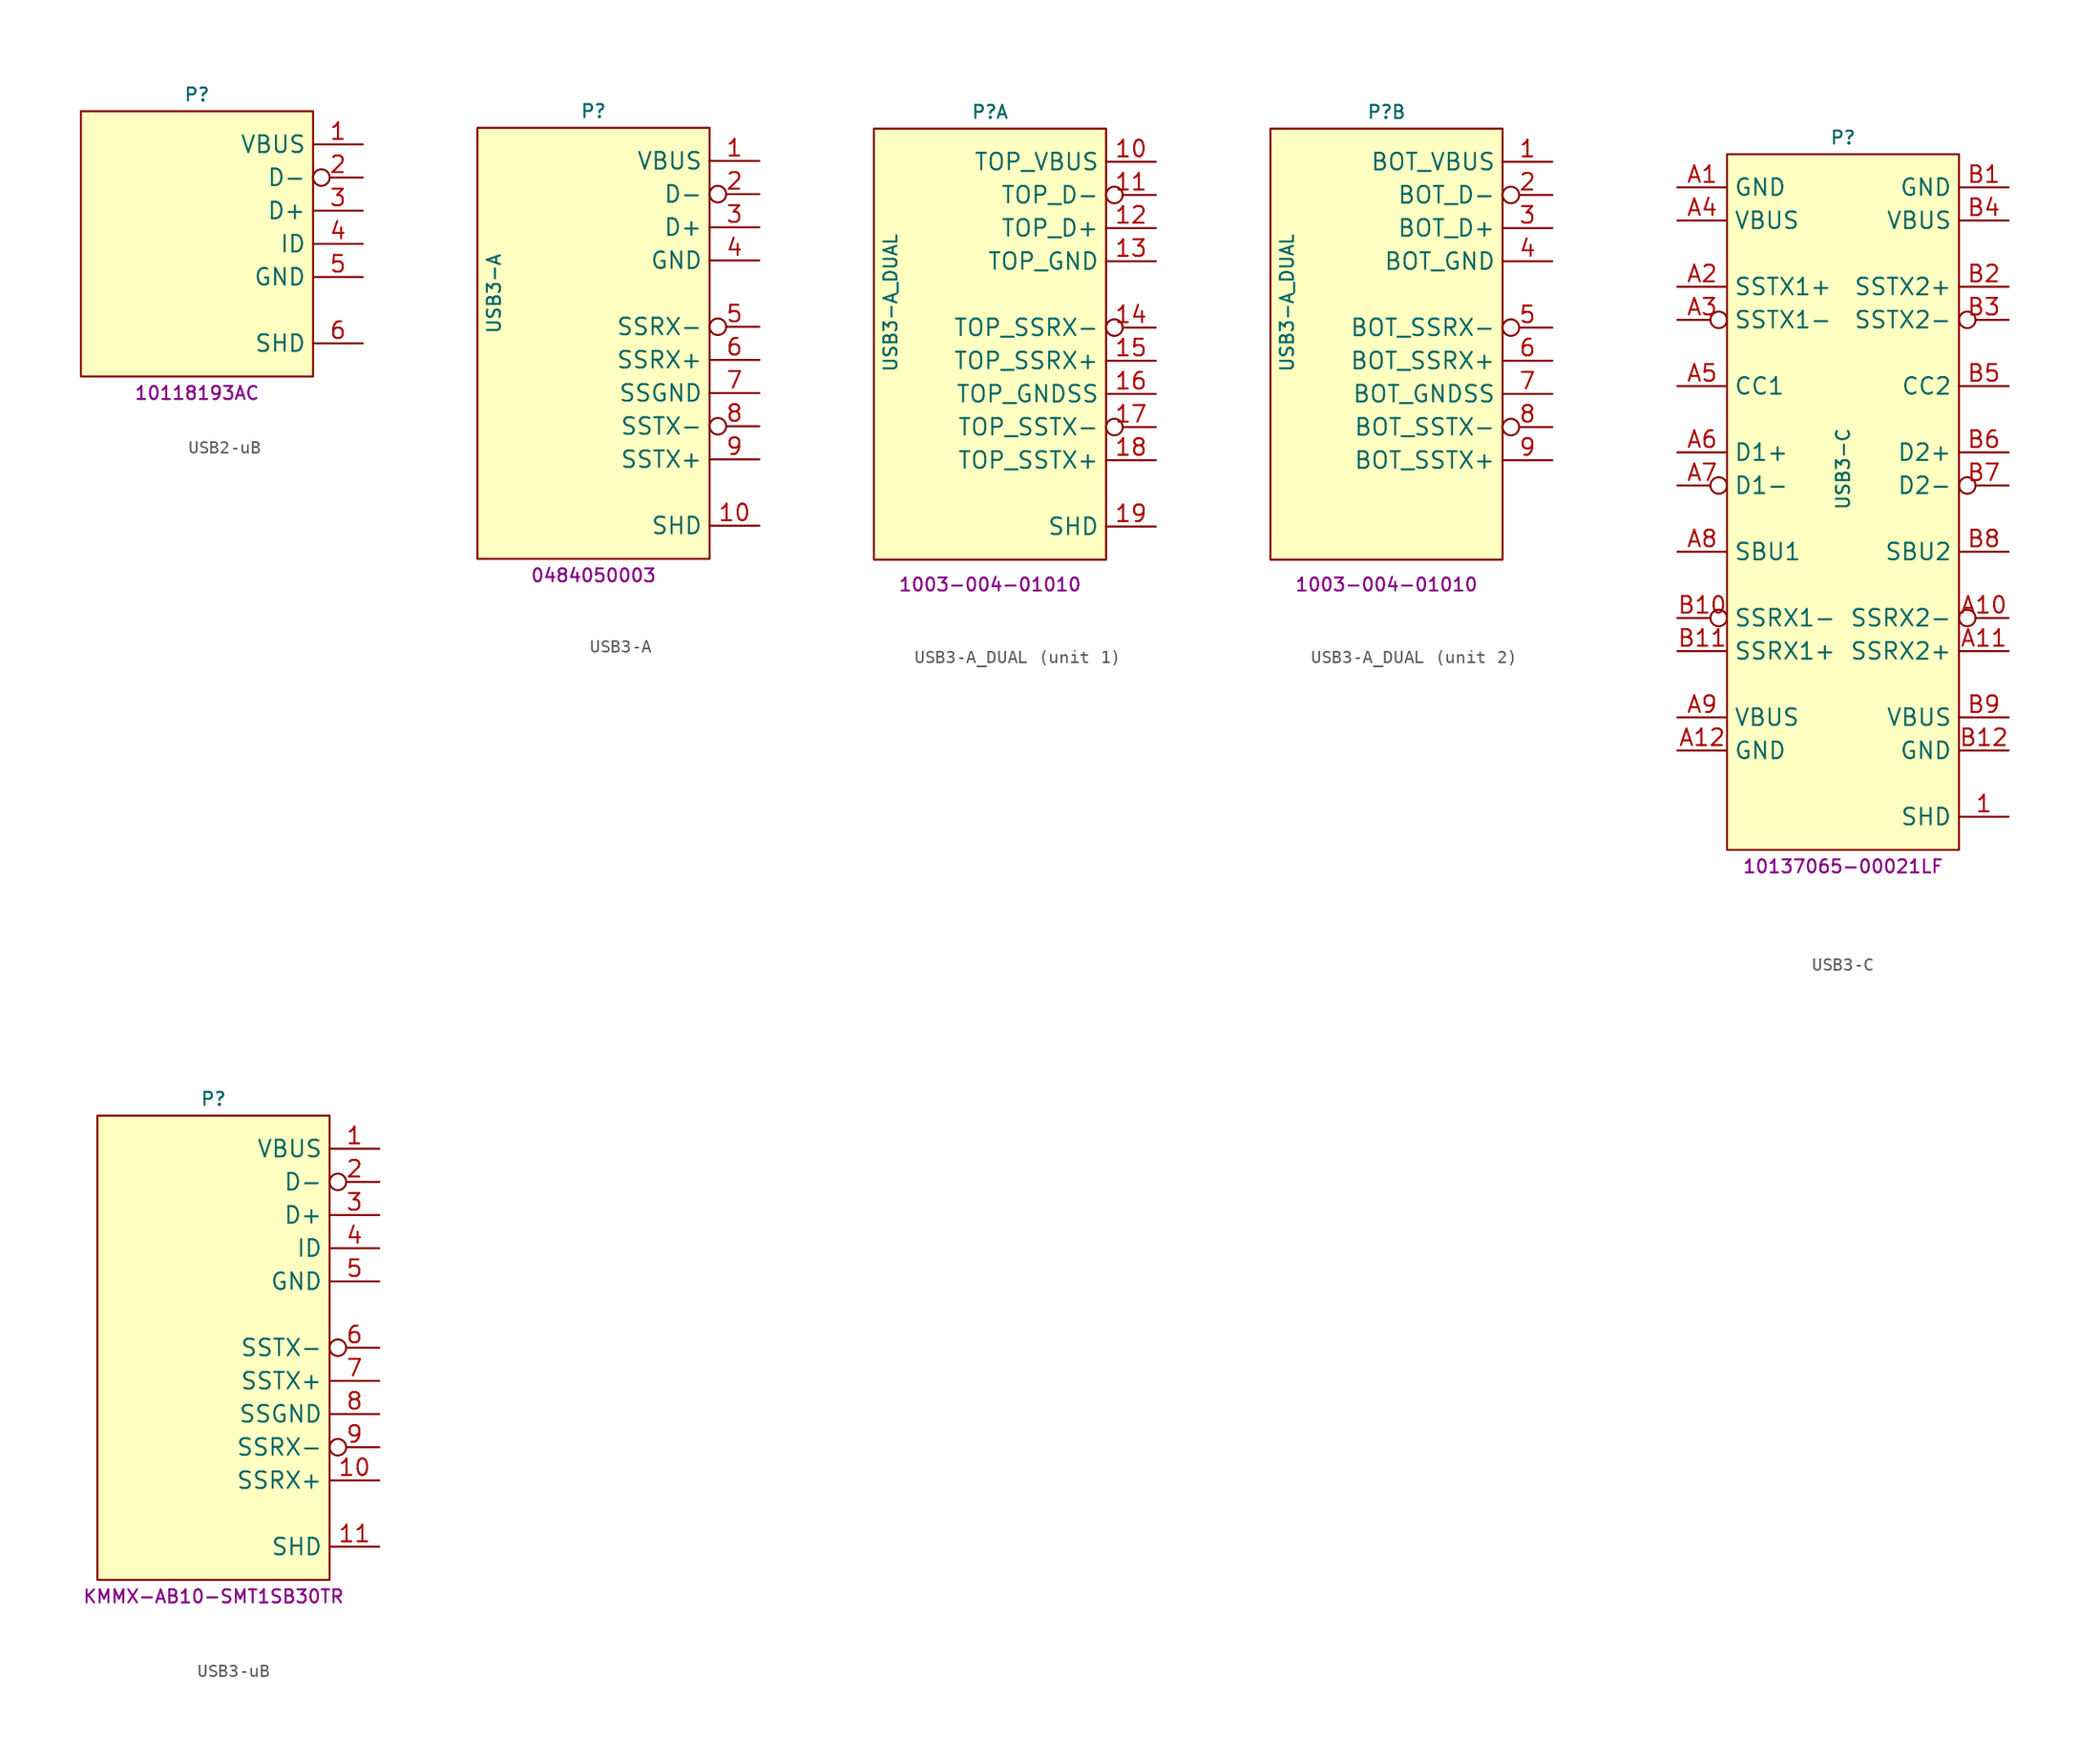
<source format=kicad_sym>
(kicad_symbol_lib
  (version 20231120)
  (generator "kicad_symbol_editor")
  (generator_version "8.0")
  (symbol "USB2-uB"
    (property "Reference" "P"
      (at 0 11.43 0)
      (do_not_autoplace)
      (effects (font (size 1 1))))
    (property "MPN" "10118193AC"
      (at 0 -11.43 0)
      (do_not_autoplace)
      (effects (font (size 1 1))))
    (symbol "USB2-uB_0_1"
      (rectangle (start -8.89 10.16) (end 8.89 -10.16) (stroke (width 0) (type default)) (fill (type background))))
    (symbol "USB2-uB_1_1"
      (pin power_out line (at 12.7 7.62 180) (length 3.81) (name "VBUS" (effects (font (size 1.27 1.27)))) (number "1" (effects (font (size 1.27 1.27)))))
      (pin bidirectional inverted (at 12.7 5.08 180) (length 3.81) (name "D-" (effects (font (size 1.27 1.27)))) (number "2" (effects (font (size 1.27 1.27)))))
      (pin bidirectional line (at 12.7 2.54 180) (length 3.81) (name "D+" (effects (font (size 1.27 1.27)))) (number "3" (effects (font (size 1.27 1.27)))))
      (pin bidirectional line (at 12.7 0 180) (length 3.81) (name "ID" (effects (font (size 1.27 1.27)))) (number "4" (effects (font (size 1.27 1.27)))))
      (pin power_out line (at 12.7 -2.54 180) (length 3.81) (name "GND" (effects (font (size 1.27 1.27)))) (number "5" (effects (font (size 1.27 1.27)))))
      (pin passive line (at 12.7 -7.62 180) (length 3.81) (name "SHD" (effects (font (size 1.27 1.27)))) (number "6" (effects (font (size 1.27 1.27)))))))
  (symbol "USB3-A"
    (property "Reference" "P"
      (at 0 13.97 0)
      (do_not_autoplace)
      (effects (font (size 1 1))))
    (property "Value" "USB3-A"
      (at -7.62 0 90)
      (do_not_autoplace)
      (effects (font (size 1 1))))
    (property "MPN" "0484050003"
      (at 0 -21.59 0)
      (do_not_autoplace)
      (effects (font (size 1 1))))
    (symbol "USB3-A_0_1"
      (rectangle (start -8.89 12.7) (end 8.89 -20.32) (stroke (width 0) (type default)) (fill (type background))))
    (symbol "USB3-A_1_1"
      (pin power_in line (at 12.7 10.16 180) (length 3.81) (name "VBUS" (effects (font (size 1.27 1.27)))) (number "1" (effects (font (size 1.27 1.27)))))
      (pin passive line (at 12.7 -17.78 180) (length 3.81) (name "SHD" (effects (font (size 1.27 1.27)))) (number "10" (effects (font (size 1.27 1.27)))))
      (pin bidirectional inverted (at 12.7 7.62 180) (length 3.81) (name "D-" (effects (font (size 1.27 1.27)))) (number "2" (effects (font (size 1.27 1.27)))))
      (pin bidirectional line (at 12.7 5.08 180) (length 3.81) (name "D+" (effects (font (size 1.27 1.27)))) (number "3" (effects (font (size 1.27 1.27)))))
      (pin power_in line (at 12.7 2.54 180) (length 3.81) (name "GND" (effects (font (size 1.27 1.27)))) (number "4" (effects (font (size 1.27 1.27)))))
      (pin output inverted (at 12.7 -2.54 180) (length 3.81) (name "SSRX-" (effects (font (size 1.27 1.27)))) (number "5" (effects (font (size 1.27 1.27)))))
      (pin output line (at 12.7 -5.08 180) (length 3.81) (name "SSRX+" (effects (font (size 1.27 1.27)))) (number "6" (effects (font (size 1.27 1.27)))))
      (pin power_in line (at 12.7 -7.62 180) (length 3.81) (name "SSGND" (effects (font (size 1.27 1.27)))) (number "7" (effects (font (size 1.27 1.27)))))
      (pin input inverted (at 12.7 -10.16 180) (length 3.81) (name "SSTX-" (effects (font (size 1.27 1.27)))) (number "8" (effects (font (size 1.27 1.27)))))
      (pin input line (at 12.7 -12.7 180) (length 3.81) (name "SSTX+" (effects (font (size 1.27 1.27)))) (number "9" (effects (font (size 1.27 1.27)))))))
  (symbol "USB3-A_DUAL"
    (property "Reference" "P"
      (at 0 13.97 0)
      (do_not_autoplace)
      (effects (font (size 1 1))))
    (property "Value" "USB3-A_DUAL"
      (at -7.62 -0.635 90)
      (do_not_autoplace)
      (effects (font (size 1 1))))
    (property "MPN" "1003-004-01010"
      (at 0 -22.225 0)
      (do_not_autoplace)
      (effects (font (size 1 1))))
    (symbol "USB3-A_DUAL_0_1"
      (rectangle (start -8.89 12.7) (end 8.89 -20.32) (stroke (width 0) (type default)) (fill (type background))))
    (symbol "USB3-A_DUAL_1_1"
      (pin power_in line (at 12.7 10.16 180) (length 3.81) (name "TOP_VBUS" (effects (font (size 1.27 1.27)))) (number "10" (effects (font (size 1.27 1.27)))))
      (pin bidirectional inverted (at 12.7 7.62 180) (length 3.81) (name "TOP_D-" (effects (font (size 1.27 1.27)))) (number "11" (effects (font (size 1.27 1.27)))))
      (pin bidirectional line (at 12.7 5.08 180) (length 3.81) (name "TOP_D+" (effects (font (size 1.27 1.27)))) (number "12" (effects (font (size 1.27 1.27)))))
      (pin power_in line (at 12.7 2.54 180) (length 3.81) (name "TOP_GND" (effects (font (size 1.27 1.27)))) (number "13" (effects (font (size 1.27 1.27)))))
      (pin output inverted (at 12.7 -2.54 180) (length 3.81) (name "TOP_SSRX-" (effects (font (size 1.27 1.27)))) (number "14" (effects (font (size 1.27 1.27)))))
      (pin output line (at 12.7 -5.08 180) (length 3.81) (name "TOP_SSRX+" (effects (font (size 1.27 1.27)))) (number "15" (effects (font (size 1.27 1.27)))))
      (pin power_in line (at 12.7 -7.62 180) (length 3.81) (name "TOP_GNDSS" (effects (font (size 1.27 1.27)))) (number "16" (effects (font (size 1.27 1.27)))))
      (pin input inverted (at 12.7 -10.16 180) (length 3.81) (name "TOP_SSTX-" (effects (font (size 1.27 1.27)))) (number "17" (effects (font (size 1.27 1.27)))))
      (pin input line (at 12.7 -12.7 180) (length 3.81) (name "TOP_SSTX+" (effects (font (size 1.27 1.27)))) (number "18" (effects (font (size 1.27 1.27)))))
      (pin passive line (at 12.7 -17.78 180) (length 3.81) (name "SHD" (effects (font (size 1.27 1.27)))) (number "19" (effects (font (size 1.27 1.27))))))
    (symbol "USB3-A_DUAL_2_1"
      (pin power_in line (at 12.7 10.16 180) (length 3.81) (name "BOT_VBUS" (effects (font (size 1.27 1.27)))) (number "1" (effects (font (size 1.27 1.27)))))
      (pin bidirectional inverted (at 12.7 7.62 180) (length 3.81) (name "BOT_D-" (effects (font (size 1.27 1.27)))) (number "2" (effects (font (size 1.27 1.27)))))
      (pin bidirectional line (at 12.7 5.08 180) (length 3.81) (name "BOT_D+" (effects (font (size 1.27 1.27)))) (number "3" (effects (font (size 1.27 1.27)))))
      (pin power_in line (at 12.7 2.54 180) (length 3.81) (name "BOT_GND" (effects (font (size 1.27 1.27)))) (number "4" (effects (font (size 1.27 1.27)))))
      (pin output inverted (at 12.7 -2.54 180) (length 3.81) (name "BOT_SSRX-" (effects (font (size 1.27 1.27)))) (number "5" (effects (font (size 1.27 1.27)))))
      (pin output line (at 12.7 -5.08 180) (length 3.81) (name "BOT_SSRX+" (effects (font (size 1.27 1.27)))) (number "6" (effects (font (size 1.27 1.27)))))
      (pin power_in line (at 12.7 -7.62 180) (length 3.81) (name "BOT_GNDSS" (effects (font (size 1.27 1.27)))) (number "7" (effects (font (size 1.27 1.27)))))
      (pin input inverted (at 12.7 -10.16 180) (length 3.81) (name "BOT_SSTX-" (effects (font (size 1.27 1.27)))) (number "8" (effects (font (size 1.27 1.27)))))
      (pin input line (at 12.7 -12.7 180) (length 3.81) (name "BOT_SSTX+" (effects (font (size 1.27 1.27)))) (number "9" (effects (font (size 1.27 1.27)))))))
  (symbol "USB3-C"
    (property "Reference" "P"
      (at 0 25.4 0)
      (do_not_autoplace)
      (effects (font (size 1 1))))
    (property "Value" "USB3-C"
      (at 0 0 90)
      (do_not_autoplace)
      (effects (font (size 1 1))))
    (property "MPN" "10137065-00021LF"
      (at 0 -30.48 0)
      (do_not_autoplace)
      (effects (font (size 1 1))))
    (symbol "USB3-C_0_1"
      (rectangle (start -8.89 24.13) (end 8.89 -29.21) (stroke (width 0) (type default)) (fill (type background))))
    (symbol "USB3-C_1_1"
      (pin passive line (at 12.7 -26.67 180) (length 3.81) (name "SHD" (effects (font (size 1.27 1.27)))) (number "1" (effects (font (size 1.27 1.27)))))
      (pin power_out line (at -12.7 21.59 0) (length 3.81) (name "GND" (effects (font (size 1.27 1.27)))) (number "A1" (effects (font (size 1.27 1.27)))))
      (pin output inverted (at 12.7 -11.43 180) (length 3.81) (name "SSRX2-" (effects (font (size 1.27 1.27)))) (number "A10" (effects (font (size 1.27 1.27)))))
      (pin output line (at 12.7 -13.97 180) (length 3.81) (name "SSRX2+" (effects (font (size 1.27 1.27)))) (number "A11" (effects (font (size 1.27 1.27)))))
      (pin power_out line (at -12.7 -21.59 0) (length 3.81) (name "GND" (effects (font (size 1.27 1.27)))) (number "A12" (effects (font (size 1.27 1.27)))))
      (pin input line (at -12.7 13.97 0) (length 3.81) (name "SSTX1+" (effects (font (size 1.27 1.27)))) (number "A2" (effects (font (size 1.27 1.27)))))
      (pin input inverted (at -12.7 11.43 0) (length 3.81) (name "SSTX1-" (effects (font (size 1.27 1.27)))) (number "A3" (effects (font (size 1.27 1.27)))))
      (pin power_out line (at -12.7 19.05 0) (length 3.81) (name "VBUS" (effects (font (size 1.27 1.27)))) (number "A4" (effects (font (size 1.27 1.27)))))
      (pin bidirectional line (at -12.7 6.35 0) (length 3.81) (name "CC1" (effects (font (size 1.27 1.27)))) (number "A5" (effects (font (size 1.27 1.27)))))
      (pin bidirectional line (at -12.7 1.27 0) (length 3.81) (name "D1+" (effects (font (size 1.27 1.27)))) (number "A6" (effects (font (size 1.27 1.27)))))
      (pin bidirectional inverted (at -12.7 -1.27 0) (length 3.81) (name "D1-" (effects (font (size 1.27 1.27)))) (number "A7" (effects (font (size 1.27 1.27)))))
      (pin bidirectional line (at -12.7 -6.35 0) (length 3.81) (name "SBU1" (effects (font (size 1.27 1.27)))) (number "A8" (effects (font (size 1.27 1.27)))))
      (pin power_out line (at -12.7 -19.05 0) (length 3.81) (name "VBUS" (effects (font (size 1.27 1.27)))) (number "A9" (effects (font (size 1.27 1.27)))))
      (pin power_out line (at 12.7 21.59 180) (length 3.81) (name "GND" (effects (font (size 1.27 1.27)))) (number "B1" (effects (font (size 1.27 1.27)))))
      (pin output inverted (at -12.7 -11.43 0) (length 3.81) (name "SSRX1-" (effects (font (size 1.27 1.27)))) (number "B10" (effects (font (size 1.27 1.27)))))
      (pin output line (at -12.7 -13.97 0) (length 3.81) (name "SSRX1+" (effects (font (size 1.27 1.27)))) (number "B11" (effects (font (size 1.27 1.27)))))
      (pin power_out line (at 12.7 -21.59 180) (length 3.81) (name "GND" (effects (font (size 1.27 1.27)))) (number "B12" (effects (font (size 1.27 1.27)))))
      (pin input line (at 12.7 13.97 180) (length 3.81) (name "SSTX2+" (effects (font (size 1.27 1.27)))) (number "B2" (effects (font (size 1.27 1.27)))))
      (pin input inverted (at 12.7 11.43 180) (length 3.81) (name "SSTX2-" (effects (font (size 1.27 1.27)))) (number "B3" (effects (font (size 1.27 1.27)))))
      (pin power_out line (at 12.7 19.05 180) (length 3.81) (name "VBUS" (effects (font (size 1.27 1.27)))) (number "B4" (effects (font (size 1.27 1.27)))))
      (pin bidirectional line (at 12.7 6.35 180) (length 3.81) (name "CC2" (effects (font (size 1.27 1.27)))) (number "B5" (effects (font (size 1.27 1.27)))))
      (pin bidirectional line (at 12.7 1.27 180) (length 3.81) (name "D2+" (effects (font (size 1.27 1.27)))) (number "B6" (effects (font (size 1.27 1.27)))))
      (pin bidirectional inverted (at 12.7 -1.27 180) (length 3.81) (name "D2-" (effects (font (size 1.27 1.27)))) (number "B7" (effects (font (size 1.27 1.27)))))
      (pin bidirectional line (at 12.7 -6.35 180) (length 3.81) (name "SBU2" (effects (font (size 1.27 1.27)))) (number "B8" (effects (font (size 1.27 1.27)))))
      (pin power_out line (at 12.7 -19.05 180) (length 3.81) (name "VBUS" (effects (font (size 1.27 1.27)))) (number "B9" (effects (font (size 1.27 1.27)))))))
  (symbol "USB3-uB"
    (property "Reference" "P"
      (at 0 16.51 0)
      (do_not_autoplace)
      (effects (font (size 1 1))))
    (property "MPN" "KMMX-AB10-SMT1SB30TR"
      (at 0 -21.59 0)
      (do_not_autoplace)
      (effects (font (size 1 1))))
    (symbol "USB3-uB_0_1"
      (rectangle (start -8.89 15.24) (end 8.89 -20.32) (stroke (width 0) (type default)) (fill (type background))))
    (symbol "USB3-uB_1_1"
      (pin power_out line (at 12.7 12.7 180) (length 3.81) (name "VBUS" (effects (font (size 1.27 1.27)))) (number "1" (effects (font (size 1.27 1.27)))))
      (pin output line (at 12.7 -12.7 180) (length 3.81) (name "SSRX+" (effects (font (size 1.27 1.27)))) (number "10" (effects (font (size 1.27 1.27)))))
      (pin passive line (at 12.7 -17.78 180) (length 3.81) (name "SHD" (effects (font (size 1.27 1.27)))) (number "11" (effects (font (size 1.27 1.27)))))
      (pin bidirectional inverted (at 12.7 10.16 180) (length 3.81) (name "D-" (effects (font (size 1.27 1.27)))) (number "2" (effects (font (size 1.27 1.27)))))
      (pin bidirectional line (at 12.7 7.62 180) (length 3.81) (name "D+" (effects (font (size 1.27 1.27)))) (number "3" (effects (font (size 1.27 1.27)))))
      (pin bidirectional line (at 12.7 5.08 180) (length 3.81) (name "ID" (effects (font (size 1.27 1.27)))) (number "4" (effects (font (size 1.27 1.27)))))
      (pin power_out line (at 12.7 2.54 180) (length 3.81) (name "GND" (effects (font (size 1.27 1.27)))) (number "5" (effects (font (size 1.27 1.27)))))
      (pin input inverted (at 12.7 -2.54 180) (length 3.81) (name "SSTX-" (effects (font (size 1.27 1.27)))) (number "6" (effects (font (size 1.27 1.27)))))
      (pin input line (at 12.7 -5.08 180) (length 3.81) (name "SSTX+" (effects (font (size 1.27 1.27)))) (number "7" (effects (font (size 1.27 1.27)))))
      (pin power_out line (at 12.7 -7.62 180) (length 3.81) (name "SSGND" (effects (font (size 1.27 1.27)))) (number "8" (effects (font (size 1.27 1.27)))))
      (pin output inverted (at 12.7 -10.16 180) (length 3.81) (name "SSRX-" (effects (font (size 1.27 1.27)))) (number "9" (effects (font (size 1.27 1.27))))))))
</source>
